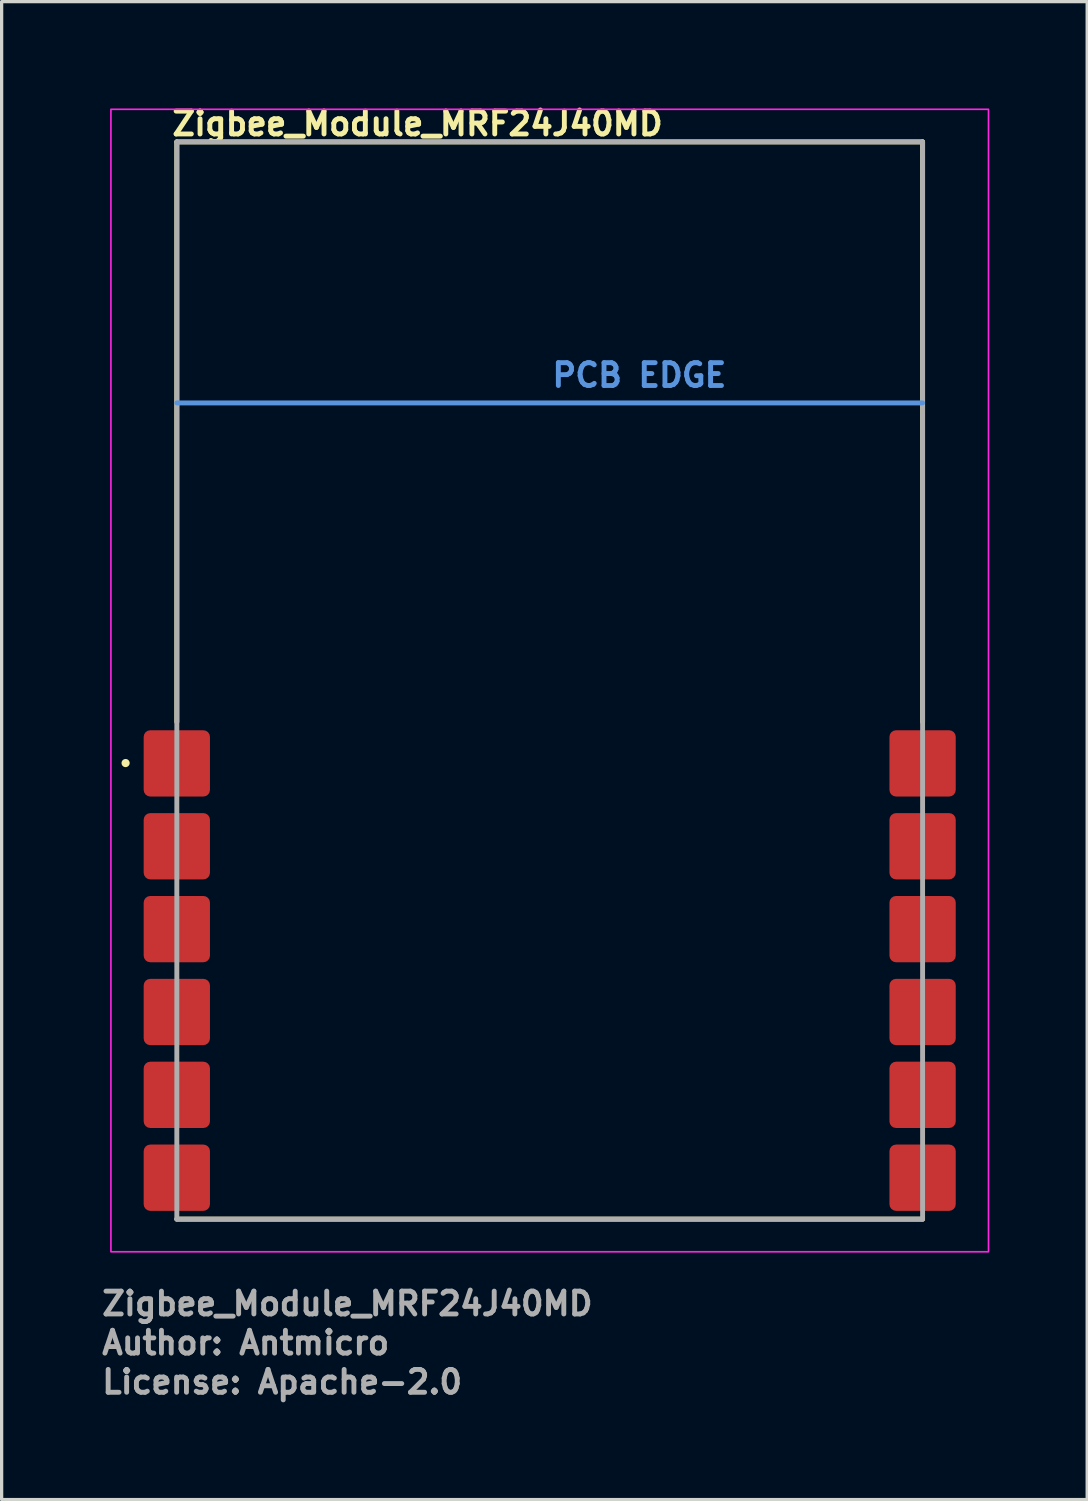
<source format=kicad_pcb>
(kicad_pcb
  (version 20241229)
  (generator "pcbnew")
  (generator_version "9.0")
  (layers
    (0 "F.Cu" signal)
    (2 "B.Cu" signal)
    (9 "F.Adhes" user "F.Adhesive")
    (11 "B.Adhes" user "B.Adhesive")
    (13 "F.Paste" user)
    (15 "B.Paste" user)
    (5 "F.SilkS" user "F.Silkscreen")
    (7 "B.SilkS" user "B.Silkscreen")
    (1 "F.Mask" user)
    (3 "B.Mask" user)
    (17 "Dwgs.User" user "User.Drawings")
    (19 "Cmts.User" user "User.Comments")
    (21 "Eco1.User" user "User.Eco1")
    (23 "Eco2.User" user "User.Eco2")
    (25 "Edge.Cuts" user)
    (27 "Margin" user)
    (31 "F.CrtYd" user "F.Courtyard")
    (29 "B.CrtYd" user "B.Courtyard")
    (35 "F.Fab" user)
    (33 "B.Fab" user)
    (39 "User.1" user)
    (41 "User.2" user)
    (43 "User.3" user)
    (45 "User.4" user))
  (footprint "Zigbee_Module_MRF24J40MD"
    (layer "F.Cu")
    (at 13.8 17.81)
    (property "Reference" "Zigbee_Module_MRF24J40MD" (at -11.65 -16.66 180) (layer "F.SilkS") (effects (font (size 0.7 0.7) (thickness 0.15)) (justify left bottom)))
    (attr smd)
    (fp_line (start -11.43 -16.51) (end 11.43 -16.51) (stroke (width 0.15) (type solid)) (layer "F.SilkS"))
    (fp_line (start -11.43 1.27) (end -11.43 -16.51) (stroke (width 0.15) (type solid)) (layer "F.SilkS"))
    (fp_line (start -11.43 16.51) (end 11.43 16.51) (stroke (width 0.15) (type solid)) (layer "F.SilkS"))
    (fp_line (start 11.43 -16.51) (end 11.43 1.27) (stroke (width 0.15) (type solid)) (layer "F.SilkS"))
    (fp_circle (center -13 2.53) (end -12.95 2.53) (stroke (width 0.15) (type solid)) (fill yes) (layer "F.SilkS"))
    (fp_line (start -11.43 -8.509) (end 11.43 -8.509) (stroke (width 0.15) (type solid)) (layer "Cmts.User"))
    (fp_rect (start -13.45 -17.51) (end 13.45 17.51) (stroke (width 0.05) (type solid)) (fill no) (layer "F.CrtYd"))
    (fp_line (start -11.43 -16.51) (end 11.43 -16.51) (stroke (width 0.15) (type solid)) (layer "F.Fab"))
    (fp_line (start -11.43 -8.509) (end -11.43 -16.51) (stroke (width 0.15) (type solid)) (layer "F.Fab"))
    (fp_line (start -11.43 16.51) (end -11.43 -8.509) (stroke (width 0.15) (type solid)) (layer "F.Fab"))
    (fp_line (start 11.43 -16.51) (end 11.43 -8.509) (stroke (width 0.15) (type solid)) (layer "F.Fab"))
    (fp_line (start 11.43 -8.509) (end 11.43 16.51) (stroke (width 0.15) (type solid)) (layer "F.Fab"))
    (fp_line (start 11.43 16.51) (end -11.43 16.51) (stroke (width 0.15) (type solid)) (layer "F.Fab"))
    (fp_rect (start -11.43 -16.51) (end 11.43 16.51) (stroke (width 0.1) (type solid)) (fill no) (layer "User.5"))
    (fp_rect (start -11.43 -16.51) (end 11.43 16.51) (stroke (width 0.02) (type solid)) (fill no) (layer "User.9"))
    (fp_text user "PCB EDGE" (at 0 -8.95 0) (layer "Cmts.User") (effects (font (size 0.7 0.7) (thickness 0.15)) (justify left bottom)))
    (fp_text user "License: Apache-2.0" (at -13.8 21.91 0) (layer "F.Fab") (effects (font (size 0.7 0.7) (thickness 0.15)) (justify left bottom)))
    (fp_text user "Author: Antmicro" (at -13.8 20.71 0) (layer "F.Fab") (effects (font (size 0.7 0.7) (thickness 0.15)) (justify left bottom)))
    (fp_text user "${REFERENCE}" (at -13.8 19.51 0) (layer "F.Fab") (effects (font (size 0.7 0.7) (thickness 0.15)) (justify left bottom)))
    (pad "1" smd roundrect (at -11.43 2.54) (size 2.032 2.032) (layers "F.Cu" "F.Mask" "F.Paste") (roundrect_rratio 0.1))
    (pad "2" smd roundrect (at -11.43 5.08) (size 2.032 2.032) (layers "F.Cu" "F.Mask" "F.Paste") (roundrect_rratio 0.1))
    (pad "3" smd roundrect (at -11.43 7.62) (size 2.032 2.032) (layers "F.Cu" "F.Mask" "F.Paste") (roundrect_rratio 0.1))
    (pad "4" smd roundrect (at -11.43 10.16) (size 2.032 2.032) (layers "F.Cu" "F.Mask" "F.Paste") (roundrect_rratio 0.1))
    (pad "5" smd roundrect (at -11.43 12.7) (size 2.032 2.032) (layers "F.Cu" "F.Mask" "F.Paste") (roundrect_rratio 0.1))
    (pad "6" smd roundrect (at -11.43 15.24) (size 2.032 2.032) (layers "F.Cu" "F.Mask" "F.Paste") (roundrect_rratio 0.1))
    (pad "7" smd roundrect (at 11.43 15.24) (size 2.032 2.032) (layers "F.Cu" "F.Mask" "F.Paste") (roundrect_rratio 0.1))
    (pad "8" smd roundrect (at 11.43 12.7) (size 2.032 2.032) (layers "F.Cu" "F.Mask" "F.Paste") (roundrect_rratio 0.1))
    (pad "9" smd roundrect (at 11.43 10.16) (size 2.032 2.032) (layers "F.Cu" "F.Mask" "F.Paste") (roundrect_rratio 0.1))
    (pad "10" smd roundrect (at 11.43 7.62) (size 2.032 2.032) (layers "F.Cu" "F.Mask" "F.Paste") (roundrect_rratio 0.1))
    (pad "11" smd roundrect (at 11.43 5.08) (size 2.032 2.032) (layers "F.Cu" "F.Mask" "F.Paste") (roundrect_rratio 0.1))
    (pad "12" smd roundrect (at 11.43 2.54) (size 2.032 2.032) (layers "F.Cu" "F.Mask" "F.Paste") (roundrect_rratio 0.1))
    (zone (net_name "") (layer "F.Cu") (hatch full 0.508) (connect_pads) (min_thickness 0.01) (filled_areas_thickness no) (keepout (tracks not_allowed) (vias not_allowed) (pads not_allowed) (copperpour not_allowed) (footprints allowed)) (placement (enabled no)) (fill) (polygon (pts (xy 10.115 9.301) (xy 15.959 9.301) (xy 15.959 12.977) (xy 10.115 12.977))))
    (zone (net_name "") (layers "F.Cu" "B.Cu") (hatch full 0.508) (connect_pads) (min_thickness 0.01) (filled_areas_thickness no) (keepout (tracks allowed) (vias not_allowed) (pads allowed) (copperpour allowed) (footprints allowed)) (placement (enabled no)) (fill) (polygon (pts (xy 10.114 9.301) (xy 15.959 9.301) (xy 15.959 12.971) (xy 10.114 12.971))))
    (zone (net_name "") (layer "B.Cu") (hatch full 0.508) (connect_pads) (min_thickness 0.01) (filled_areas_thickness no) (keepout (tracks not_allowed) (vias not_allowed) (pads not_allowed) (copperpour not_allowed) (footprints allowed)) (placement (enabled no)) (fill) (polygon (pts (xy 10.116 9.301) (xy 15.959 9.301) (xy 15.959 12.978) (xy 10.116 12.978)))))
  (gr_rect
    (start -3 -3)
    (end 30.275 42.916)
    (stroke (width 0.1) (type default))
    (fill no)
    (layer "Edge.Cuts")))
</source>
